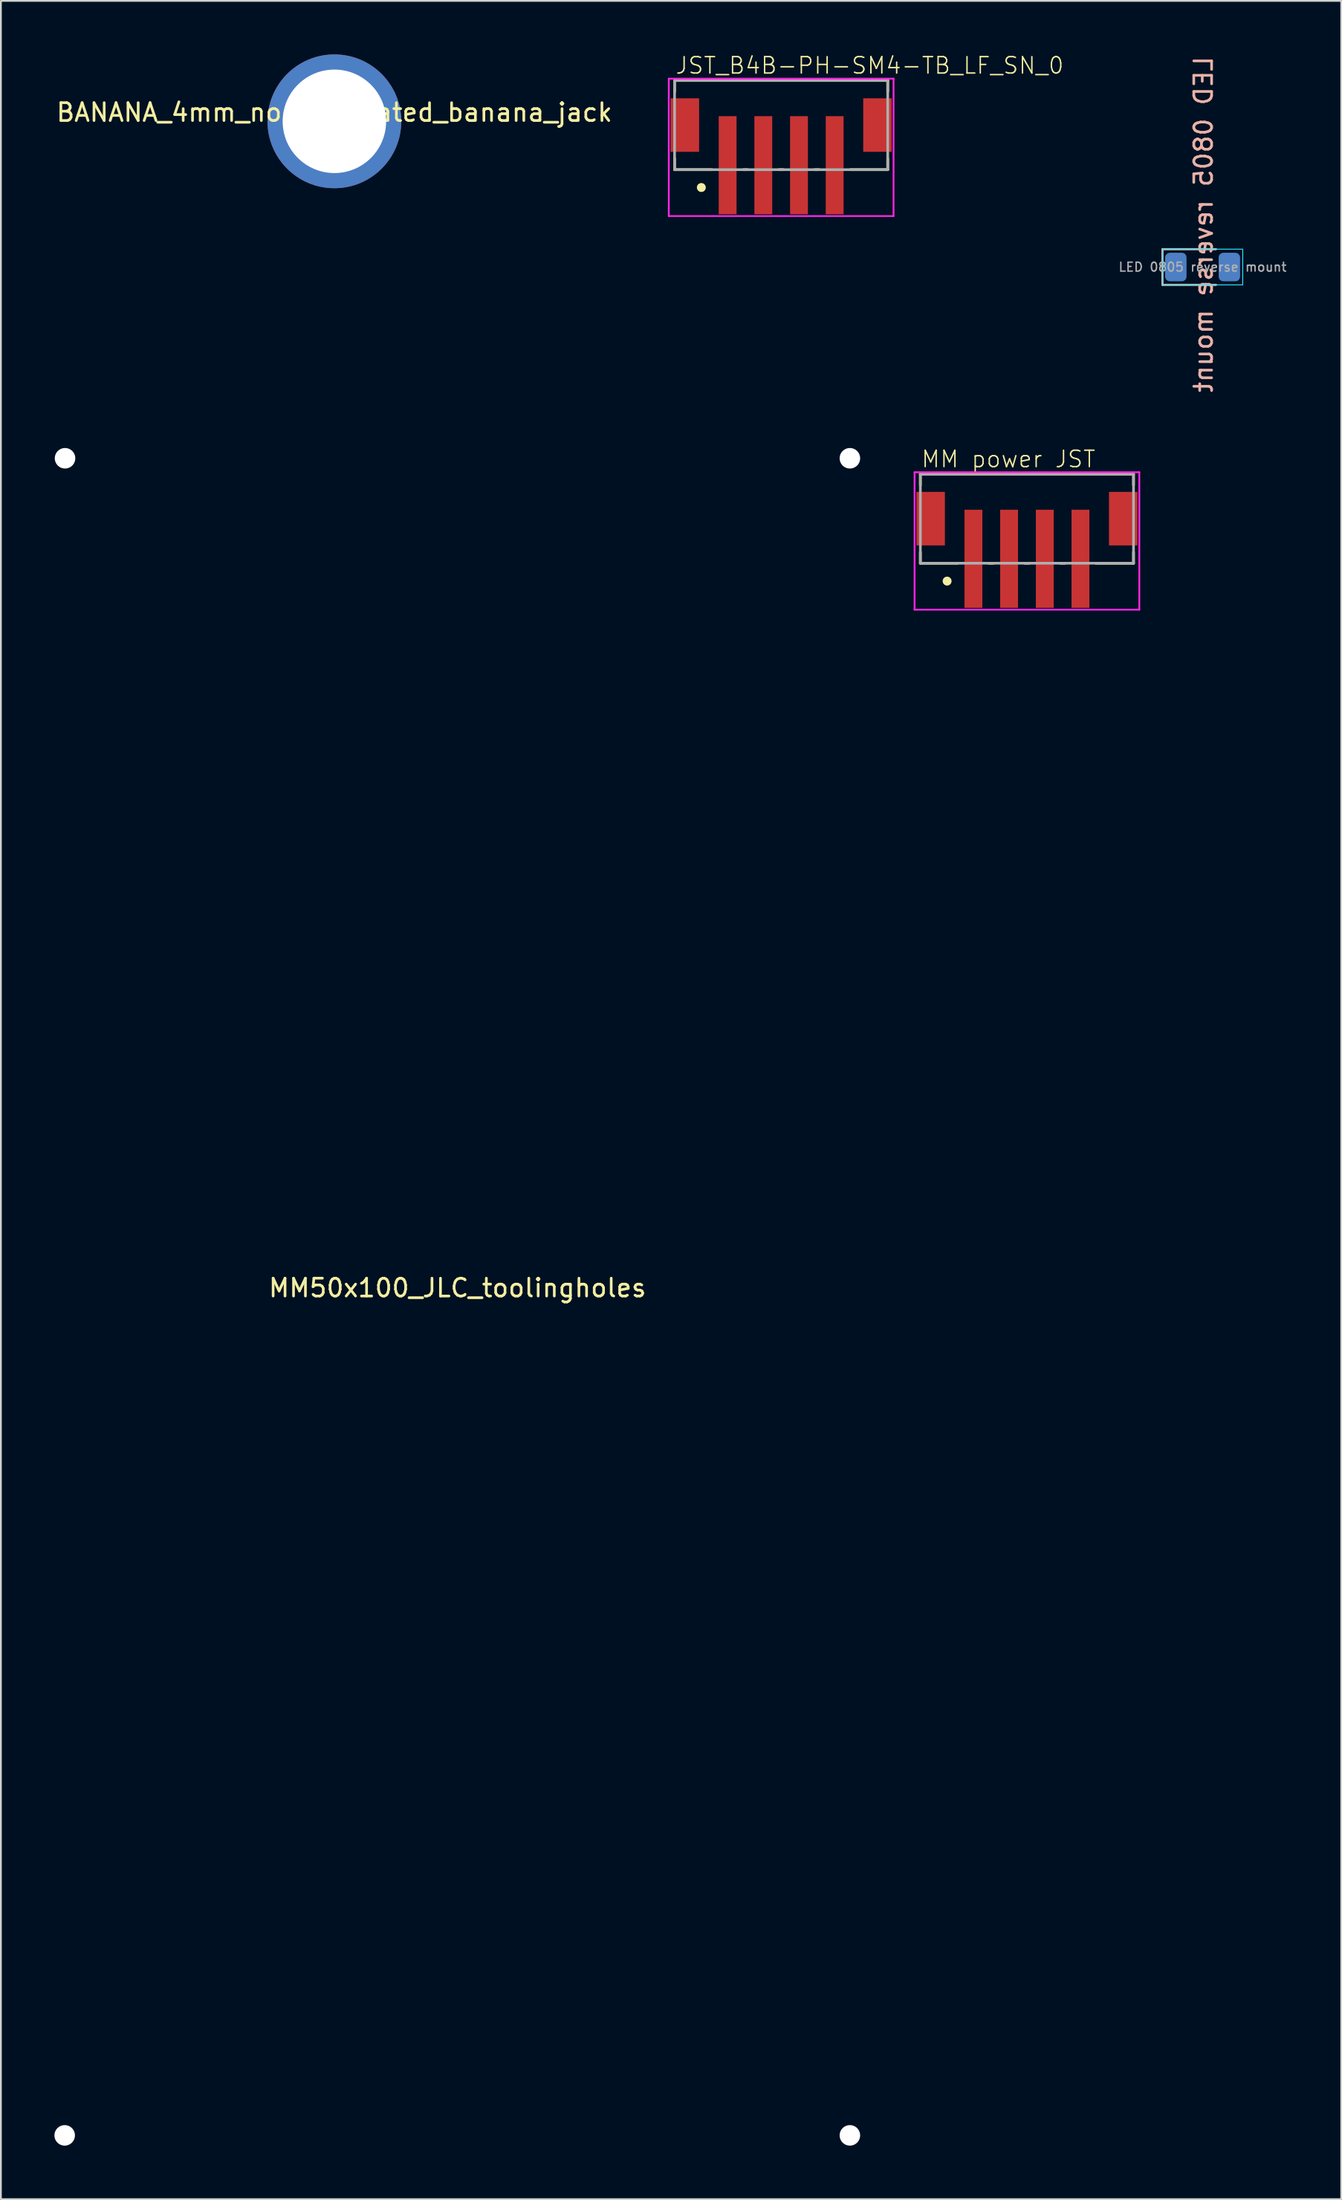
<source format=kicad_pcb>
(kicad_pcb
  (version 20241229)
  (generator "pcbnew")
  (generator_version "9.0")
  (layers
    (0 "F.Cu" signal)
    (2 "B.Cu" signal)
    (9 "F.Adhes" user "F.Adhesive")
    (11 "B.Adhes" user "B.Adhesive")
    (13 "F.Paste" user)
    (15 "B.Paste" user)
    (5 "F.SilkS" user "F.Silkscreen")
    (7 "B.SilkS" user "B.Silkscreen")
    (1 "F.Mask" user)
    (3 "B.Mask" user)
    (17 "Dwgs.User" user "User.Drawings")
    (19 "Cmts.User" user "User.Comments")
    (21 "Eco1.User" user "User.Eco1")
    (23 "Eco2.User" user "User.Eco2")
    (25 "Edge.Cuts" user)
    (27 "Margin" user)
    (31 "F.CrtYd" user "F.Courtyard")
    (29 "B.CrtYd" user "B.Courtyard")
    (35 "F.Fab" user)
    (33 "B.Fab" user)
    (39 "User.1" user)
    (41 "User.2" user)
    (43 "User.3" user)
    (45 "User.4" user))
  (footprint "JST_B4B-PH-SM4-TB_LF_SN_0"
    (layer "F.Cu")
    (at 40.768 3.96)
    (property "Reference" "JST_B4B-PH-SM4-TB_LF_SN_0" (at -6 -2.8 0) (layer "F.SilkS") (effects (font (size 0.92 0.92) (thickness 0.08)) (justify left bottom)))
    (fp_line (start -6 -2.5) (end 5.95 -2.5) (stroke (width 0.15) (type solid)) (layer "F.SilkS"))
    (fp_line (start -6 -1.875) (end -6 -2.5) (stroke (width 0.15) (type solid)) (layer "F.SilkS"))
    (fp_line (start -6 2.5) (end -6 1.875) (stroke (width 0.15) (type solid)) (layer "F.SilkS"))
    (fp_line (start -6 2.5) (end -3.9 2.5) (stroke (width 0.15) (type solid)) (layer "F.SilkS"))
    (fp_line (start -2.15 2.5) (end -1.9 2.5) (stroke (width 0.15) (type solid)) (layer "F.SilkS"))
    (fp_line (start -0.15 2.5) (end 0.1 2.5) (stroke (width 0.15) (type solid)) (layer "F.SilkS"))
    (fp_line (start 1.85 2.5) (end 2.1 2.5) (stroke (width 0.15) (type solid)) (layer "F.SilkS"))
    (fp_line (start 3.85 2.5) (end 5.95 2.5) (stroke (width 0.15) (type solid)) (layer "F.SilkS"))
    (fp_line (start 5.95 -1.875) (end 5.95 -2.5) (stroke (width 0.15) (type solid)) (layer "F.SilkS"))
    (fp_line (start 5.95 2.5) (end 5.95 1.875) (stroke (width 0.15) (type solid)) (layer "F.SilkS"))
    (fp_circle (center -4.5 3.5) (end -4.375 3.5) (stroke (width 0.25) (type solid)) (fill yes) (layer "F.SilkS"))
    (fp_line (start -6.325 -2.6) (end 6.275 -2.6) (stroke (width 0.1) (type solid)) (layer "F.CrtYd"))
    (fp_line (start -6.325 5.1) (end -6.325 -2.6) (stroke (width 0.1) (type solid)) (layer "F.CrtYd"))
    (fp_line (start 6.275 -2.6) (end 6.275 5.1) (stroke (width 0.1) (type solid)) (layer "F.CrtYd"))
    (fp_line (start 6.275 5.1) (end -6.325 5.1) (stroke (width 0.1) (type solid)) (layer "F.CrtYd"))
    (fp_line (start -6 -2.5) (end 5.95 -2.5) (stroke (width 0.15) (type solid)) (layer "F.Fab"))
    (fp_line (start -6 2.5) (end -6 -2.5) (stroke (width 0.15) (type solid)) (layer "F.Fab"))
    (fp_line (start 5.95 -2.5) (end 5.95 2.5) (stroke (width 0.15) (type solid)) (layer "F.Fab"))
    (fp_line (start 5.95 2.5) (end -6 2.5) (stroke (width 0.15) (type solid)) (layer "F.Fab"))
    (pad "1" smd rect (at -3.025 2.25) (size 1 5.5) (layers "F.Cu" "F.Mask" "F.Paste"))
    (pad "2" smd rect (at -1.025 2.25) (size 1 5.5) (layers "F.Cu" "F.Mask" "F.Paste"))
    (pad "3" smd rect (at 0.975 2.25) (size 1 5.5) (layers "F.Cu" "F.Mask" "F.Paste"))
    (pad "4" smd rect (at 2.975 2.25) (size 1 5.5) (layers "F.Cu" "F.Mask" "F.Paste"))
    (pad "5" smd rect (at -5.425 0) (size 1.6 3) (layers "F.Cu" "F.Mask" "F.Paste"))
    (pad "6" smd rect (at 5.375 0) (size 1.6 3) (layers "F.Cu" "F.Mask" "F.Paste")))
  (footprint "MM power JST"
    (layer "F.Cu")
    (at 54.547 26.02)
    (property "Reference" "MM power JST" (at -6 -2.8 0) (layer "F.SilkS") (effects (font (size 0.92 0.92) (thickness 0.08)) (justify left bottom)))
    (fp_line (start -6 -2.5) (end 5.95 -2.5) (stroke (width 0.15) (type solid)) (layer "F.SilkS"))
    (fp_line (start -6 -1.875) (end -6 -2.5) (stroke (width 0.15) (type solid)) (layer "F.SilkS"))
    (fp_line (start -6 2.5) (end -6 1.875) (stroke (width 0.15) (type solid)) (layer "F.SilkS"))
    (fp_line (start -6 2.5) (end -3.9 2.5) (stroke (width 0.15) (type solid)) (layer "F.SilkS"))
    (fp_line (start -2.15 2.5) (end -1.9 2.5) (stroke (width 0.15) (type solid)) (layer "F.SilkS"))
    (fp_line (start -0.15 2.5) (end 0.1 2.5) (stroke (width 0.15) (type solid)) (layer "F.SilkS"))
    (fp_line (start 1.85 2.5) (end 2.1 2.5) (stroke (width 0.15) (type solid)) (layer "F.SilkS"))
    (fp_line (start 3.85 2.5) (end 5.95 2.5) (stroke (width 0.15) (type solid)) (layer "F.SilkS"))
    (fp_line (start 5.95 -1.875) (end 5.95 -2.5) (stroke (width 0.15) (type solid)) (layer "F.SilkS"))
    (fp_line (start 5.95 2.5) (end 5.95 1.875) (stroke (width 0.15) (type solid)) (layer "F.SilkS"))
    (fp_circle (center -4.5 3.5) (end -4.375 3.5) (stroke (width 0.25) (type solid)) (fill yes) (layer "F.SilkS"))
    (fp_line (start -6.325 -2.6) (end 6.275 -2.6) (stroke (width 0.1) (type solid)) (layer "F.CrtYd"))
    (fp_line (start -6.325 5.1) (end -6.325 -2.6) (stroke (width 0.1) (type solid)) (layer "F.CrtYd"))
    (fp_line (start 6.275 -2.6) (end 6.275 5.1) (stroke (width 0.1) (type solid)) (layer "F.CrtYd"))
    (fp_line (start 6.275 5.1) (end -6.325 5.1) (stroke (width 0.1) (type solid)) (layer "F.CrtYd"))
    (fp_line (start -6 -2.5) (end 5.95 -2.5) (stroke (width 0.15) (type solid)) (layer "F.Fab"))
    (fp_line (start -6 2.5) (end -6 -2.5) (stroke (width 0.15) (type solid)) (layer "F.Fab"))
    (fp_line (start 5.95 -2.5) (end 5.95 2.5) (stroke (width 0.15) (type solid)) (layer "F.Fab"))
    (fp_line (start 5.95 2.5) (end -6 2.5) (stroke (width 0.15) (type solid)) (layer "F.Fab"))
    (pad "1" smd rect (at -3.025 2.25) (size 1 5.5) (layers "F.Cu" "F.Mask" "F.Paste"))
    (pad "2" smd rect (at -1.025 2.25) (size 1 5.5) (layers "F.Cu" "F.Mask" "F.Paste"))
    (pad "3" smd rect (at 0.975 2.25) (size 1 5.5) (layers "F.Cu" "F.Mask" "F.Paste"))
    (pad "4" smd rect (at 2.975 2.25) (size 1 5.5) (layers "F.Cu" "F.Mask" "F.Paste"))
    (pad "5" smd rect (at -5.425 0) (size 1.6 3) (layers "F.Cu" "F.Mask" "F.Paste"))
    (pad "6" smd rect (at 5.375 0) (size 1.6 3) (layers "F.Cu" "F.Mask" "F.Paste")))
  (footprint "BANANA_4mm_non_insulated_banana_jack"
    (layer "F.Cu")
    (at 15.696 3.75)
    (property "Reference" "BANANA_4mm_non_insulated_banana_jack" (at 0 -0.5 0) (unlocked yes) (layer "F.SilkS") (effects (font (size 1 1) (thickness 0.15))))
    (attr through_hole)
    (pad "1" thru_hole circle (at 0 0) (size 7.5 7.5) (drill 5.8) (layers "*.Cu" "*.Mask")))
  (footprint "MM50x100_JLC_toolingholes"
    (layer "F.Cu")
    (at 22.596 69.636)
    (property "Reference" "MM50x100_JLC_toolingholes" (at 0 -0.5 0) (unlocked yes) (layer "F.SilkS") (effects (font (size 1 1) (thickness 0.15))))
    (pad "" np_thru_hole circle (at -22.02 47) (size 1.152 1.152) (drill 1.152) (layers "*.Cu" "*.Mask"))
    (pad "" np_thru_hole circle (at -22 -47) (size 1.152 1.152) (drill 1.152) (layers "*.Cu" "*.Mask"))
    (pad "" np_thru_hole circle (at 22 -47) (size 1.152 1.152) (drill 1.152) (layers "*.Cu" "*.Mask"))
    (pad "" np_thru_hole circle (at 22 47) (size 1.152 1.152) (drill 1.152) (layers "*.Cu" "*.Mask")))
  (footprint "LED 0805 reverse mount"
    (layer "F.Cu")
    (at 64.37 11.917)
    (property "Reference" "LED 0805 reverse mount" (at 0.05 -2.388 90) (layer "B.SilkS") (effects (font (size 1 1) (thickness 0.15)) (justify mirror)))
    (attr smd)
    (fp_poly (pts (xy 0.75 0.75) (xy -0.75 0.75) (xy -0.75 -0.75) (xy 0.75 -0.75)) (stroke (width 0) (type solid)) (fill yes) (layer "B.Mask"))
    (fp_line (start -2.25 -1) (end -2.25 1) (stroke (width 0.12) (type solid)) (layer "B.SilkS"))
    (fp_line (start -2.25 1) (end 0.75 1) (stroke (width 0.12) (type solid)) (layer "B.SilkS"))
    (fp_line (start 0.75 -1) (end -2.25 -1) (stroke (width 0.12) (type solid)) (layer "B.SilkS"))
    (fp_rect (start -2.25 -1) (end 2.25 1) (stroke (width 0.05) (type solid)) (fill no) (layer "B.CrtYd"))
    (fp_text user "${REFERENCE}" (at 0 0 0) (layer "F.Fab") (effects (font (size 0.5 0.5) (thickness 0.08))))
    (pad "1" smd roundrect (at -1.5 0) (size 1.2 1.6) (layers "B.Cu" "B.Mask" "B.Paste") (roundrect_rratio 0.217))
    (pad "2" smd roundrect (at 1.5 0) (size 1.2 1.6) (layers "B.Cu" "B.Mask" "B.Paste") (roundrect_rratio 0.217))
    (zone (net_name "") (layers "B.Cu" "B.Mask") (hatch edge 0.508) (connect_pads) (min_thickness 0.254) (filled_areas_thickness no) (keepout (tracks not_allowed) (vias not_allowed) (pads not_allowed) (copperpour not_allowed) (footprints allowed)) (placement (enabled no)) (fill) (polygon (pts (xy 65.12 12.667) (xy 63.62 12.667) (xy 63.62 11.167) (xy 65.12 11.167)))))
  (gr_rect
    (start -3 -3)
    (end 72.142 120.212)
    (stroke (width 0.1) (type default))
    (fill no)
    (layer "Edge.Cuts")))
</source>
